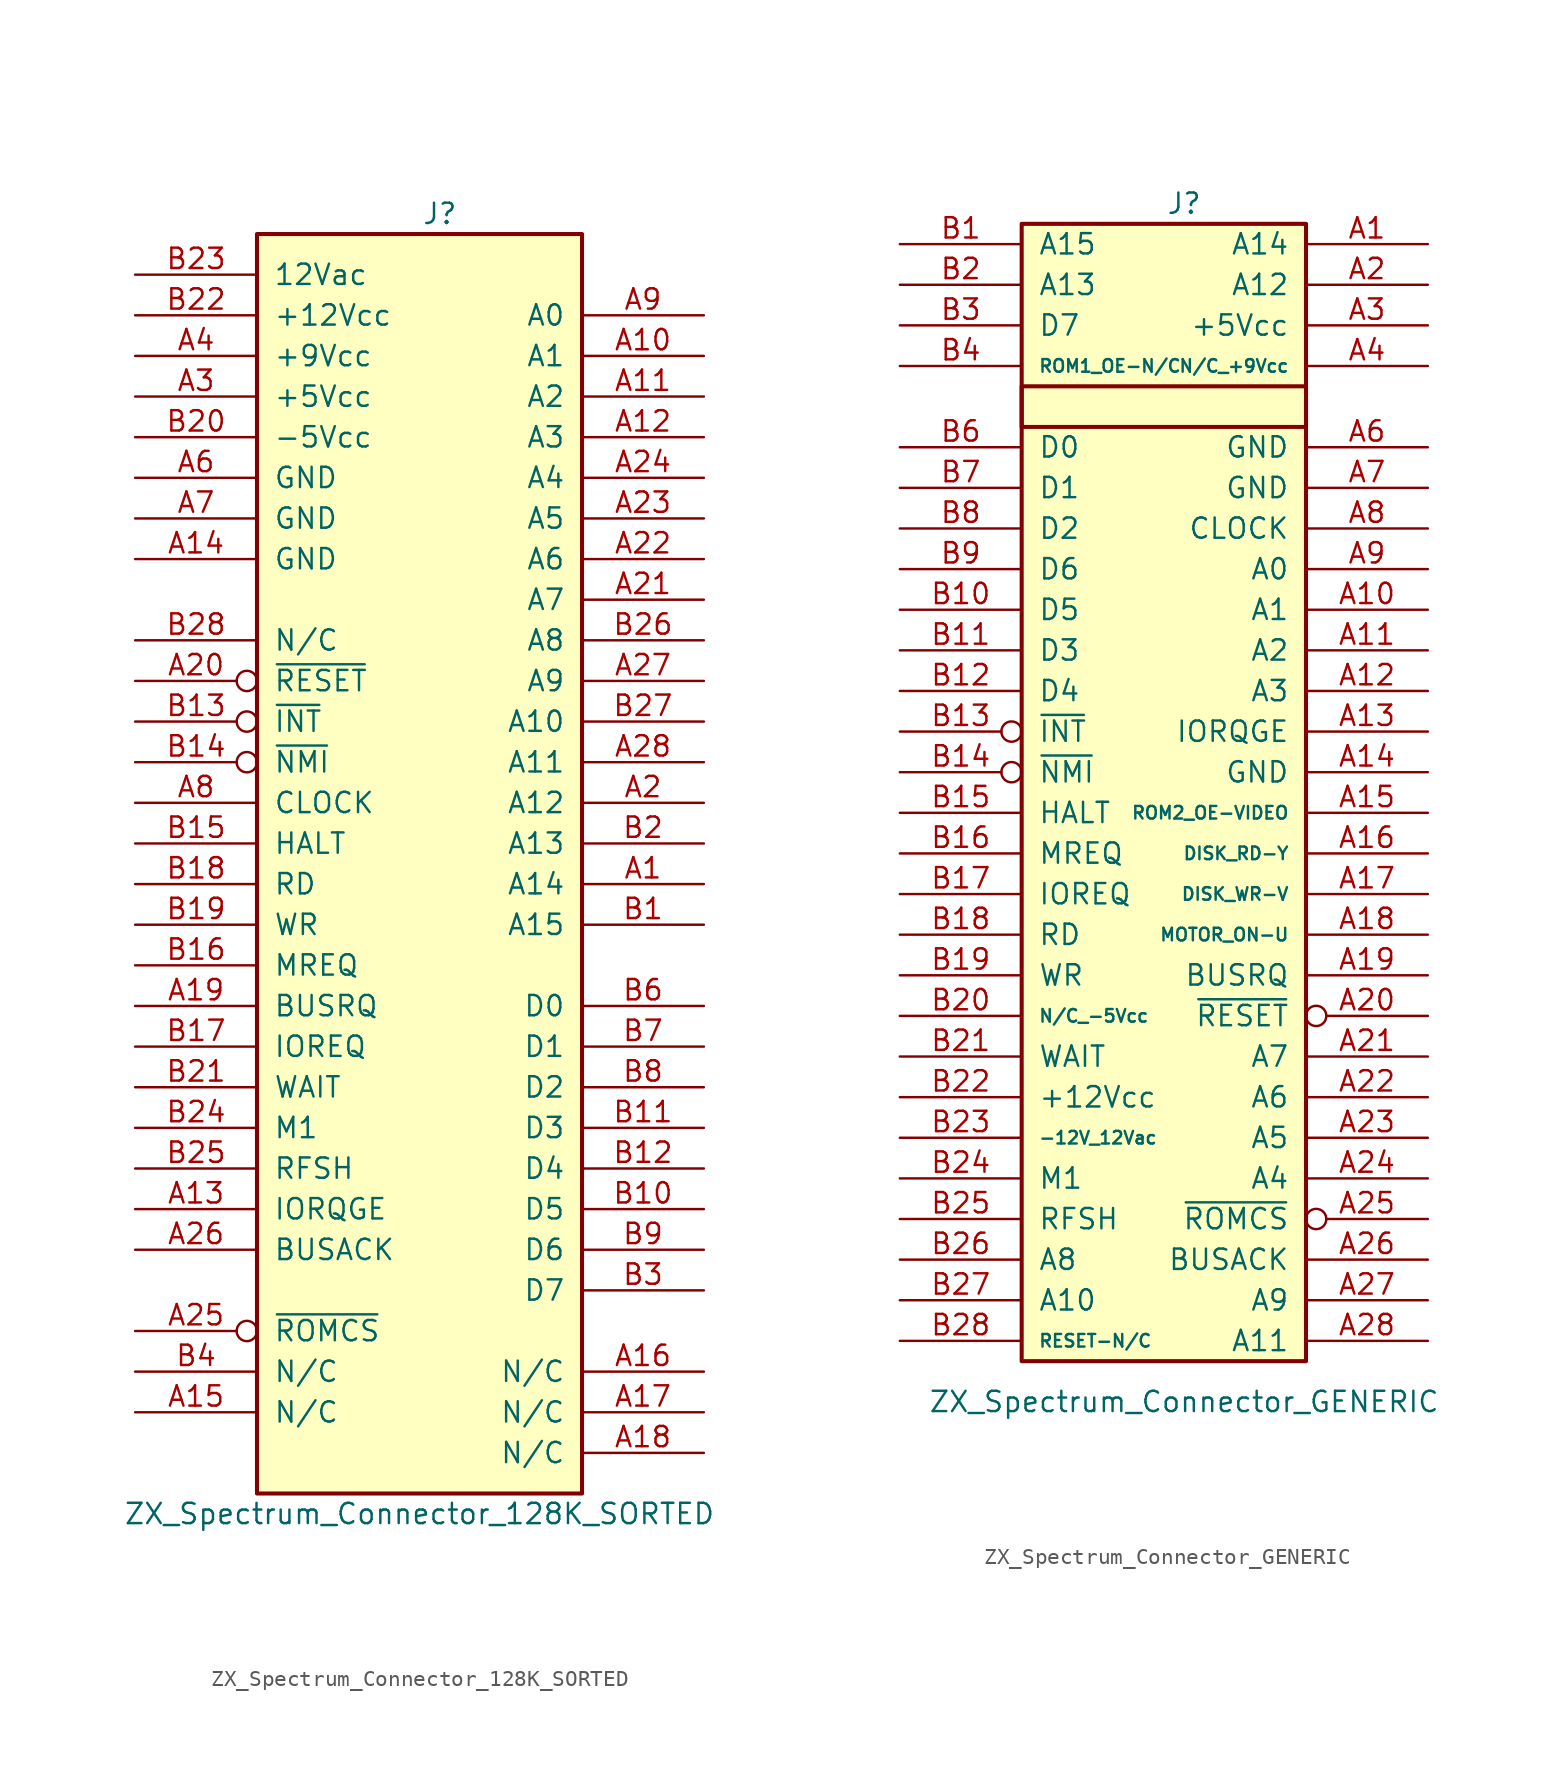
<source format=kicad_sym>
(kicad_symbol_lib
  (version 20241209)
  (generator "kicad_symbol_editor")
  (generator_version "9.0")
  (symbol "ZX_Spectrum_Connector_128K_SORTED"
    (pin_names
      (offset 1.016))
    (property "Reference" "J"
      (at 1.27 35.56 0)
      (effects (font (size 1.27 1.27))))
    (property "Value" "ZX_Spectrum_Connector_128K_SORTED"
      (at 0 -45.72 0)
      (effects (font (size 1.27 1.27))))
    (symbol "ZX_Spectrum_Connector_128K_SORTED_1_1"
      (rectangle (start -10.16 34.29) (end 10.16 -44.45) (stroke (width 0.254) (type default)) (fill (type background)))
      (pin bidirectional line (at -17.78 31.75 0) (length 7.62) (name "12Vac" (effects (font (size 1.27 1.27)))) (number "B23" (effects (font (size 1.27 1.27)))))
      (pin bidirectional line (at -17.78 29.21 0) (length 7.62) (name "+12Vcc" (effects (font (size 1.27 1.27)))) (number "B22" (effects (font (size 1.27 1.27)))))
      (pin bidirectional line (at -17.78 26.67 0) (length 7.62) (name "+9Vcc" (effects (font (size 1.27 1.27)))) (number "A4" (effects (font (size 1.27 1.27)))))
      (pin bidirectional line (at -17.78 24.13 0) (length 7.62) (name "+5Vcc" (effects (font (size 1.27 1.27)))) (number "A3" (effects (font (size 1.27 1.27)))))
      (pin bidirectional line (at -17.78 21.59 0) (length 7.62) (name "-5Vcc" (effects (font (size 1.27 1.27)))) (number "B20" (effects (font (size 1.27 1.27)))))
      (pin bidirectional line (at -17.78 19.05 0) (length 7.62) (name "GND" (effects (font (size 1.27 1.27)))) (number "A6" (effects (font (size 1.27 1.27)))))
      (pin bidirectional line (at -17.78 16.51 0) (length 7.62) (name "GND" (effects (font (size 1.27 1.27)))) (number "A7" (effects (font (size 1.27 1.27)))))
      (pin bidirectional line (at -17.78 13.97 0) (length 7.62) (name "GND" (effects (font (size 1.27 1.27)))) (number "A14" (effects (font (size 1.27 1.27)))))
      (pin unspecified line (at -17.78 8.89 0) (length 7.62) (name "N/C" (effects (font (size 1.27 1.27)))) (number "B28" (effects (font (size 1.27 1.27)))))
      (pin bidirectional inverted (at -17.78 6.35 0) (length 7.62) (name "~{RESET}" (effects (font (size 1.27 1.27)))) (number "A20" (effects (font (size 1.27 1.27)))))
      (pin bidirectional inverted (at -17.78 3.81 0) (length 7.62) (name "~{INT}" (effects (font (size 1.27 1.27)))) (number "B13" (effects (font (size 1.27 1.27)))))
      (pin bidirectional inverted (at -17.78 1.27 0) (length 7.62) (name "~{NMI}" (effects (font (size 1.27 1.27)))) (number "B14" (effects (font (size 1.27 1.27)))))
      (pin bidirectional line (at -17.78 -1.27 0) (length 7.62) (name "CLOCK" (effects (font (size 1.27 1.27)))) (number "A8" (effects (font (size 1.27 1.27)))))
      (pin bidirectional line (at -17.78 -3.81 0) (length 7.62) (name "HALT" (effects (font (size 1.27 1.27)))) (number "B15" (effects (font (size 1.27 1.27)))))
      (pin bidirectional line (at -17.78 -6.35 0) (length 7.62) (name "RD" (effects (font (size 1.27 1.27)))) (number "B18" (effects (font (size 1.27 1.27)))))
      (pin bidirectional line (at -17.78 -8.89 0) (length 7.62) (name "WR" (effects (font (size 1.27 1.27)))) (number "B19" (effects (font (size 1.27 1.27)))))
      (pin bidirectional line (at -17.78 -11.43 0) (length 7.62) (name "MREQ" (effects (font (size 1.27 1.27)))) (number "B16" (effects (font (size 1.27 1.27)))))
      (pin bidirectional line (at -17.78 -13.97 0) (length 7.62) (name "BUSRQ" (effects (font (size 1.27 1.27)))) (number "A19" (effects (font (size 1.27 1.27)))))
      (pin bidirectional line (at -17.78 -16.51 0) (length 7.62) (name "IOREQ" (effects (font (size 1.27 1.27)))) (number "B17" (effects (font (size 1.27 1.27)))))
      (pin bidirectional line (at -17.78 -19.05 0) (length 7.62) (name "WAIT" (effects (font (size 1.27 1.27)))) (number "B21" (effects (font (size 1.27 1.27)))))
      (pin bidirectional line (at -17.78 -21.59 0) (length 7.62) (name "M1" (effects (font (size 1.27 1.27)))) (number "B24" (effects (font (size 1.27 1.27)))))
      (pin bidirectional line (at -17.78 -24.13 0) (length 7.62) (name "RFSH" (effects (font (size 1.27 1.27)))) (number "B25" (effects (font (size 1.27 1.27)))))
      (pin bidirectional line (at -17.78 -26.67 0) (length 7.62) (name "IORQGE" (effects (font (size 1.27 1.27)))) (number "A13" (effects (font (size 1.27 1.27)))))
      (pin bidirectional line (at -17.78 -29.21 0) (length 7.62) (name "BUSACK" (effects (font (size 1.27 1.27)))) (number "A26" (effects (font (size 1.27 1.27)))))
      (pin bidirectional inverted (at -17.78 -34.29 0) (length 7.62) (name "~{ROMCS}" (effects (font (size 1.27 1.27)))) (number "A25" (effects (font (size 1.27 1.27)))))
      (pin unspecified line (at -17.78 -36.83 0) (length 7.62) (name "N/C" (effects (font (size 1.27 1.27)))) (number "B4" (effects (font (size 1.27 1.27)))))
      (pin unspecified line (at -17.78 -39.37 0) (length 7.62) (name "N/C" (effects (font (size 1.27 1.27)))) (number "A15" (effects (font (size 1.27 1.27)))))
      (pin bidirectional line (at 17.78 29.21 180) (length 7.62) (name "A0" (effects (font (size 1.27 1.27)))) (number "A9" (effects (font (size 1.27 1.27)))))
      (pin bidirectional line (at 17.78 26.67 180) (length 7.62) (name "A1" (effects (font (size 1.27 1.27)))) (number "A10" (effects (font (size 1.27 1.27)))))
      (pin bidirectional line (at 17.78 24.13 180) (length 7.62) (name "A2" (effects (font (size 1.27 1.27)))) (number "A11" (effects (font (size 1.27 1.27)))))
      (pin bidirectional line (at 17.78 21.59 180) (length 7.62) (name "A3" (effects (font (size 1.27 1.27)))) (number "A12" (effects (font (size 1.27 1.27)))))
      (pin bidirectional line (at 17.78 19.05 180) (length 7.62) (name "A4" (effects (font (size 1.27 1.27)))) (number "A24" (effects (font (size 1.27 1.27)))))
      (pin bidirectional line (at 17.78 16.51 180) (length 7.62) (name "A5" (effects (font (size 1.27 1.27)))) (number "A23" (effects (font (size 1.27 1.27)))))
      (pin bidirectional line (at 17.78 13.97 180) (length 7.62) (name "A6" (effects (font (size 1.27 1.27)))) (number "A22" (effects (font (size 1.27 1.27)))))
      (pin bidirectional line (at 17.78 11.43 180) (length 7.62) (name "A7" (effects (font (size 1.27 1.27)))) (number "A21" (effects (font (size 1.27 1.27)))))
      (pin bidirectional line (at 17.78 8.89 180) (length 7.62) (name "A8" (effects (font (size 1.27 1.27)))) (number "B26" (effects (font (size 1.27 1.27)))))
      (pin bidirectional line (at 17.78 6.35 180) (length 7.62) (name "A9" (effects (font (size 1.27 1.27)))) (number "A27" (effects (font (size 1.27 1.27)))))
      (pin bidirectional line (at 17.78 3.81 180) (length 7.62) (name "A10" (effects (font (size 1.27 1.27)))) (number "B27" (effects (font (size 1.27 1.27)))))
      (pin bidirectional line (at 17.78 1.27 180) (length 7.62) (name "A11" (effects (font (size 1.27 1.27)))) (number "A28" (effects (font (size 1.27 1.27)))))
      (pin bidirectional line (at 17.78 -1.27 180) (length 7.62) (name "A12" (effects (font (size 1.27 1.27)))) (number "A2" (effects (font (size 1.27 1.27)))))
      (pin bidirectional line (at 17.78 -3.81 180) (length 7.62) (name "A13" (effects (font (size 1.27 1.27)))) (number "B2" (effects (font (size 1.27 1.27)))))
      (pin bidirectional line (at 17.78 -6.35 180) (length 7.62) (name "A14" (effects (font (size 1.27 1.27)))) (number "A1" (effects (font (size 1.27 1.27)))))
      (pin bidirectional line (at 17.78 -8.89 180) (length 7.62) (name "A15" (effects (font (size 1.27 1.27)))) (number "B1" (effects (font (size 1.27 1.27)))))
      (pin bidirectional line (at 17.78 -13.97 180) (length 7.62) (name "D0" (effects (font (size 1.27 1.27)))) (number "B6" (effects (font (size 1.27 1.27)))))
      (pin bidirectional line (at 17.78 -16.51 180) (length 7.62) (name "D1" (effects (font (size 1.27 1.27)))) (number "B7" (effects (font (size 1.27 1.27)))))
      (pin bidirectional line (at 17.78 -19.05 180) (length 7.62) (name "D2" (effects (font (size 1.27 1.27)))) (number "B8" (effects (font (size 1.27 1.27)))))
      (pin bidirectional line (at 17.78 -21.59 180) (length 7.62) (name "D3" (effects (font (size 1.27 1.27)))) (number "B11" (effects (font (size 1.27 1.27)))))
      (pin bidirectional line (at 17.78 -24.13 180) (length 7.62) (name "D4" (effects (font (size 1.27 1.27)))) (number "B12" (effects (font (size 1.27 1.27)))))
      (pin bidirectional line (at 17.78 -26.67 180) (length 7.62) (name "D5" (effects (font (size 1.27 1.27)))) (number "B10" (effects (font (size 1.27 1.27)))))
      (pin bidirectional line (at 17.78 -29.21 180) (length 7.62) (name "D6" (effects (font (size 1.27 1.27)))) (number "B9" (effects (font (size 1.27 1.27)))))
      (pin bidirectional line (at 17.78 -31.75 180) (length 7.62) (name "D7" (effects (font (size 1.27 1.27)))) (number "B3" (effects (font (size 1.27 1.27)))))
      (pin unspecified line (at 17.78 -36.83 180) (length 7.62) (name "N/C" (effects (font (size 1.27 1.27)))) (number "A16" (effects (font (size 1.27 1.27)))))
      (pin unspecified line (at 17.78 -39.37 180) (length 7.62) (name "N/C" (effects (font (size 1.27 1.27)))) (number "A17" (effects (font (size 1.27 1.27)))))
      (pin unspecified line (at 17.78 -41.91 180) (length 7.62) (name "N/C" (effects (font (size 1.27 1.27)))) (number "A18" (effects (font (size 1.27 1.27)))))))
  (symbol "ZX_Spectrum_Connector_GENERIC"
    (pin_names
      (offset 1.016))
    (property "Reference" "J"
      (at 1.27 36.83 0)
      (effects (font (size 1.27 1.27))))
    (property "Value" "ZX_Spectrum_Connector_GENERIC"
      (at 1.27 -38.1 0)
      (effects (font (size 1.27 1.27))))
    (symbol "ZX_Spectrum_Connector_GENERIC_1_1"
      (rectangle (start -8.89 35.56) (end 8.89 -35.56) (stroke (width 0.254) (type default)) (fill (type background)))
      (rectangle (start -8.89 25.4) (end 8.89 22.86) (stroke (width 0.254) (type default)) (fill (type none)))
      (pin bidirectional line (at -16.51 34.29 0) (length 7.62) (name "A15" (effects (font (size 1.27 1.27)))) (number "B1" (effects (font (size 1.27 1.27)))))
      (pin bidirectional line (at -16.51 31.75 0) (length 7.62) (name "A13" (effects (font (size 1.27 1.27)))) (number "B2" (effects (font (size 1.27 1.27)))))
      (pin bidirectional line (at -16.51 29.21 0) (length 7.62) (name "D7" (effects (font (size 1.27 1.27)))) (number "B3" (effects (font (size 1.27 1.27)))))
      (pin unspecified line (at -16.51 26.67 0) (length 7.62) (name "ROM1_OE-N/C" (effects (font (size 0.787 0.787)))) (number "B4" (effects (font (size 1.27 1.27)))))
      (pin bidirectional line (at -16.51 21.59 0) (length 7.62) (name "D0" (effects (font (size 1.27 1.27)))) (number "B6" (effects (font (size 1.27 1.27)))))
      (pin bidirectional line (at -16.51 19.05 0) (length 7.62) (name "D1" (effects (font (size 1.27 1.27)))) (number "B7" (effects (font (size 1.27 1.27)))))
      (pin bidirectional line (at -16.51 16.51 0) (length 7.62) (name "D2" (effects (font (size 1.27 1.27)))) (number "B8" (effects (font (size 1.27 1.27)))))
      (pin bidirectional line (at -16.51 13.97 0) (length 7.62) (name "D6" (effects (font (size 1.27 1.27)))) (number "B9" (effects (font (size 1.27 1.27)))))
      (pin bidirectional line (at -16.51 11.43 0) (length 7.62) (name "D5" (effects (font (size 1.27 1.27)))) (number "B10" (effects (font (size 1.27 1.27)))))
      (pin bidirectional line (at -16.51 8.89 0) (length 7.62) (name "D3" (effects (font (size 1.27 1.27)))) (number "B11" (effects (font (size 1.27 1.27)))))
      (pin bidirectional line (at -16.51 6.35 0) (length 7.62) (name "D4" (effects (font (size 1.27 1.27)))) (number "B12" (effects (font (size 1.27 1.27)))))
      (pin bidirectional inverted (at -16.51 3.81 0) (length 7.62) (name "~{INT}" (effects (font (size 1.27 1.27)))) (number "B13" (effects (font (size 1.27 1.27)))))
      (pin bidirectional inverted (at -16.51 1.27 0) (length 7.62) (name "~{NMI}" (effects (font (size 1.27 1.27)))) (number "B14" (effects (font (size 1.27 1.27)))))
      (pin bidirectional line (at -16.51 -1.27 0) (length 7.62) (name "HALT" (effects (font (size 1.27 1.27)))) (number "B15" (effects (font (size 1.27 1.27)))))
      (pin bidirectional line (at -16.51 -3.81 0) (length 7.62) (name "MREQ" (effects (font (size 1.27 1.27)))) (number "B16" (effects (font (size 1.27 1.27)))))
      (pin bidirectional line (at -16.51 -6.35 0) (length 7.62) (name "IOREQ" (effects (font (size 1.27 1.27)))) (number "B17" (effects (font (size 1.27 1.27)))))
      (pin bidirectional line (at -16.51 -8.89 0) (length 7.62) (name "RD" (effects (font (size 1.27 1.27)))) (number "B18" (effects (font (size 1.27 1.27)))))
      (pin bidirectional line (at -16.51 -11.43 0) (length 7.62) (name "WR" (effects (font (size 1.27 1.27)))) (number "B19" (effects (font (size 1.27 1.27)))))
      (pin bidirectional line (at -16.51 -13.97 0) (length 7.62) (name "N/C_-5Vcc" (effects (font (size 0.787 0.787)))) (number "B20" (effects (font (size 1.27 1.27)))))
      (pin bidirectional line (at -16.51 -16.51 0) (length 7.62) (name "WAIT" (effects (font (size 1.27 1.27)))) (number "B21" (effects (font (size 1.27 1.27)))))
      (pin bidirectional line (at -16.51 -19.05 0) (length 7.62) (name "+12Vcc" (effects (font (size 1.27 1.27)))) (number "B22" (effects (font (size 1.27 1.27)))))
      (pin bidirectional line (at -16.51 -21.59 0) (length 7.62) (name "-12V_12Vac" (effects (font (size 0.787 0.787)))) (number "B23" (effects (font (size 1.27 1.27)))))
      (pin bidirectional line (at -16.51 -24.13 0) (length 7.62) (name "M1" (effects (font (size 1.27 1.27)))) (number "B24" (effects (font (size 1.27 1.27)))))
      (pin bidirectional line (at -16.51 -26.67 0) (length 7.62) (name "RFSH" (effects (font (size 1.27 1.27)))) (number "B25" (effects (font (size 1.27 1.27)))))
      (pin bidirectional line (at -16.51 -29.21 0) (length 7.62) (name "A8" (effects (font (size 1.27 1.27)))) (number "B26" (effects (font (size 1.27 1.27)))))
      (pin bidirectional line (at -16.51 -31.75 0) (length 7.62) (name "A10" (effects (font (size 1.27 1.27)))) (number "B27" (effects (font (size 1.27 1.27)))))
      (pin unspecified line (at -16.51 -34.29 0) (length 7.62) (name "RESET-N/C" (effects (font (size 0.787 0.787)))) (number "B28" (effects (font (size 1.27 1.27)))))
      (pin bidirectional line (at 16.51 34.29 180) (length 7.62) (name "A14" (effects (font (size 1.27 1.27)))) (number "A1" (effects (font (size 1.27 1.27)))))
      (pin bidirectional line (at 16.51 31.75 180) (length 7.62) (name "A12" (effects (font (size 1.27 1.27)))) (number "A2" (effects (font (size 1.27 1.27)))))
      (pin bidirectional line (at 16.51 29.21 180) (length 7.62) (name "+5Vcc" (effects (font (size 1.27 1.27)))) (number "A3" (effects (font (size 1.27 1.27)))))
      (pin bidirectional line (at 16.51 26.67 180) (length 7.62) (name "N/C_+9Vcc" (effects (font (size 0.787 0.787)))) (number "A4" (effects (font (size 1.27 1.27)))))
      (pin bidirectional line (at 16.51 21.59 180) (length 7.62) (name "GND" (effects (font (size 1.27 1.27)))) (number "A6" (effects (font (size 1.27 1.27)))))
      (pin bidirectional line (at 16.51 19.05 180) (length 7.62) (name "GND" (effects (font (size 1.27 1.27)))) (number "A7" (effects (font (size 1.27 1.27)))))
      (pin bidirectional line (at 16.51 16.51 180) (length 7.62) (name "CLOCK" (effects (font (size 1.27 1.27)))) (number "A8" (effects (font (size 1.27 1.27)))))
      (pin bidirectional line (at 16.51 13.97 180) (length 7.62) (name "A0" (effects (font (size 1.27 1.27)))) (number "A9" (effects (font (size 1.27 1.27)))))
      (pin bidirectional line (at 16.51 11.43 180) (length 7.62) (name "A1" (effects (font (size 1.27 1.27)))) (number "A10" (effects (font (size 1.27 1.27)))))
      (pin bidirectional line (at 16.51 8.89 180) (length 7.62) (name "A2" (effects (font (size 1.27 1.27)))) (number "A11" (effects (font (size 1.27 1.27)))))
      (pin bidirectional line (at 16.51 6.35 180) (length 7.62) (name "A3" (effects (font (size 1.27 1.27)))) (number "A12" (effects (font (size 1.27 1.27)))))
      (pin bidirectional line (at 16.51 3.81 180) (length 7.62) (name "IORQGE" (effects (font (size 1.27 1.27)))) (number "A13" (effects (font (size 1.27 1.27)))))
      (pin bidirectional line (at 16.51 1.27 180) (length 7.62) (name "GND" (effects (font (size 1.27 1.27)))) (number "A14" (effects (font (size 1.27 1.27)))))
      (pin bidirectional line (at 16.51 -1.27 180) (length 7.62) (name "ROM2_OE-VIDEO" (effects (font (size 0.787 0.787)))) (number "A15" (effects (font (size 1.27 1.27)))))
      (pin bidirectional line (at 16.51 -3.81 180) (length 7.62) (name "DISK_RD-Y" (effects (font (size 0.787 0.787)))) (number "A16" (effects (font (size 1.27 1.27)))))
      (pin bidirectional line (at 16.51 -6.35 180) (length 7.62) (name "DISK_WR-V" (effects (font (size 0.787 0.787)))) (number "A17" (effects (font (size 1.27 1.27)))))
      (pin bidirectional line (at 16.51 -8.89 180) (length 7.62) (name "MOTOR_ON-U" (effects (font (size 0.787 0.787)))) (number "A18" (effects (font (size 1.27 1.27)))))
      (pin bidirectional line (at 16.51 -11.43 180) (length 7.62) (name "BUSRQ" (effects (font (size 1.27 1.27)))) (number "A19" (effects (font (size 1.27 1.27)))))
      (pin bidirectional inverted (at 16.51 -13.97 180) (length 7.62) (name "~{RESET}" (effects (font (size 1.27 1.27)))) (number "A20" (effects (font (size 1.27 1.27)))))
      (pin bidirectional line (at 16.51 -16.51 180) (length 7.62) (name "A7" (effects (font (size 1.27 1.27)))) (number "A21" (effects (font (size 1.27 1.27)))))
      (pin bidirectional line (at 16.51 -19.05 180) (length 7.62) (name "A6" (effects (font (size 1.27 1.27)))) (number "A22" (effects (font (size 1.27 1.27)))))
      (pin bidirectional line (at 16.51 -21.59 180) (length 7.62) (name "A5" (effects (font (size 1.27 1.27)))) (number "A23" (effects (font (size 1.27 1.27)))))
      (pin bidirectional line (at 16.51 -24.13 180) (length 7.62) (name "A4" (effects (font (size 1.27 1.27)))) (number "A24" (effects (font (size 1.27 1.27)))))
      (pin bidirectional inverted (at 16.51 -26.67 180) (length 7.62) (name "~{ROMCS}" (effects (font (size 1.27 1.27)))) (number "A25" (effects (font (size 1.27 1.27)))))
      (pin bidirectional line (at 16.51 -29.21 180) (length 7.62) (name "BUSACK" (effects (font (size 1.27 1.27)))) (number "A26" (effects (font (size 1.27 1.27)))))
      (pin bidirectional line (at 16.51 -31.75 180) (length 7.62) (name "A9" (effects (font (size 1.27 1.27)))) (number "A27" (effects (font (size 1.27 1.27)))))
      (pin bidirectional line (at 16.51 -34.29 180) (length 7.62) (name "A11" (effects (font (size 1.27 1.27)))) (number "A28" (effects (font (size 1.27 1.27))))))))
</source>
